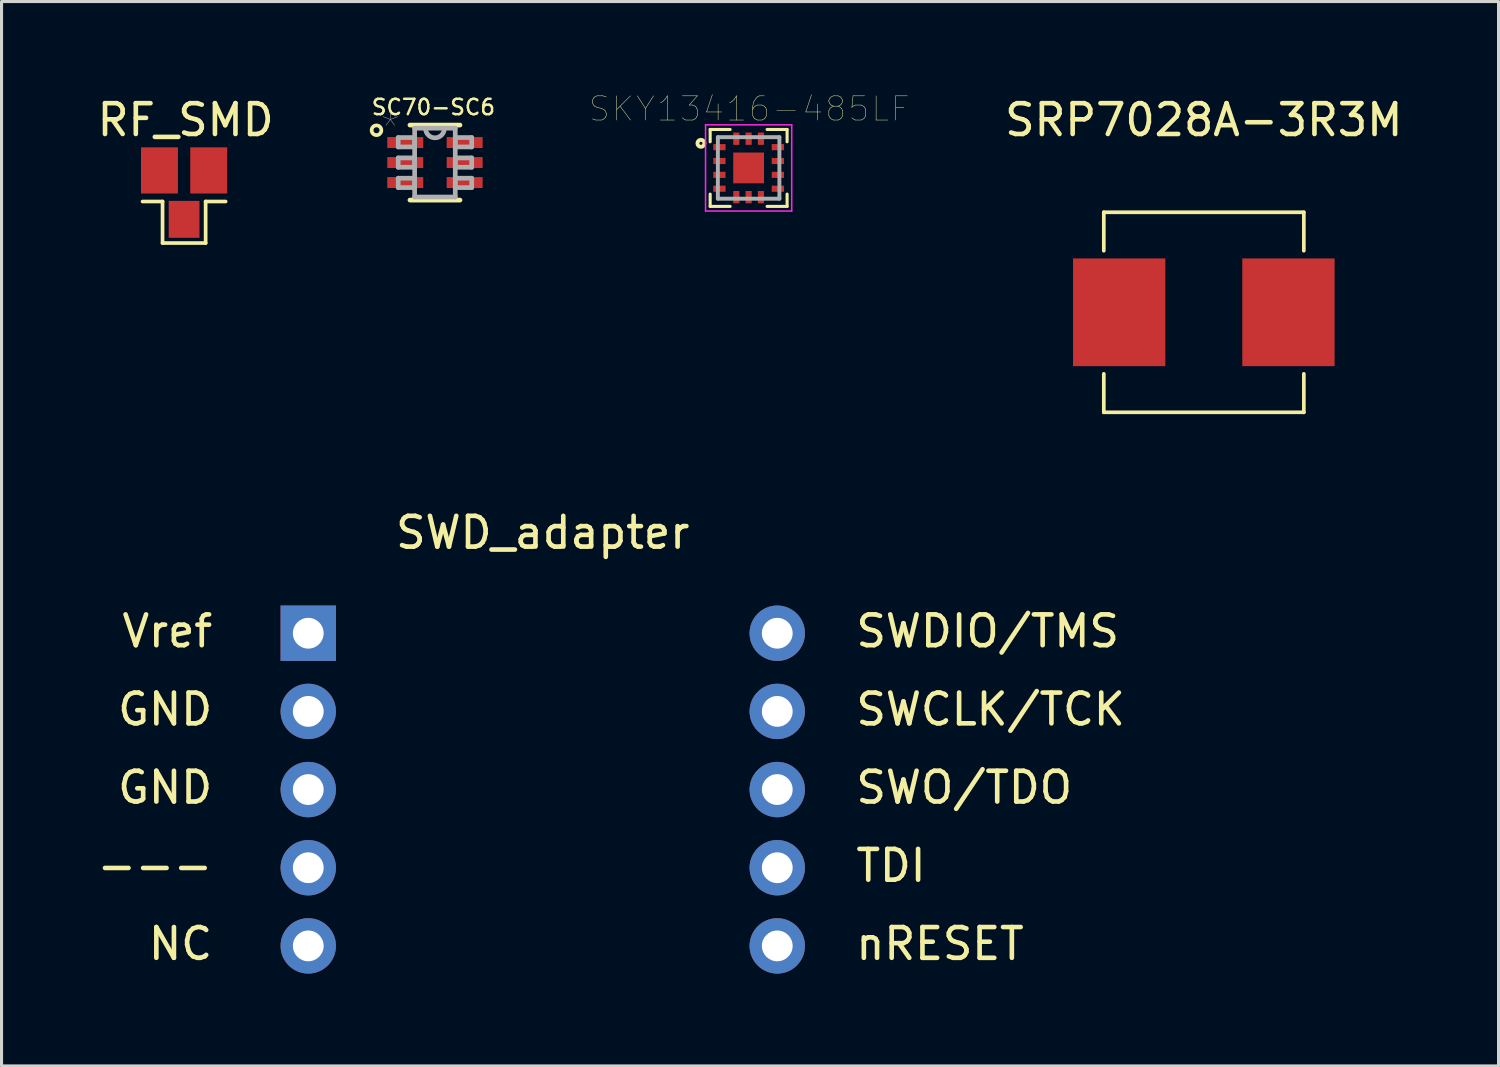
<source format=kicad_pcb>
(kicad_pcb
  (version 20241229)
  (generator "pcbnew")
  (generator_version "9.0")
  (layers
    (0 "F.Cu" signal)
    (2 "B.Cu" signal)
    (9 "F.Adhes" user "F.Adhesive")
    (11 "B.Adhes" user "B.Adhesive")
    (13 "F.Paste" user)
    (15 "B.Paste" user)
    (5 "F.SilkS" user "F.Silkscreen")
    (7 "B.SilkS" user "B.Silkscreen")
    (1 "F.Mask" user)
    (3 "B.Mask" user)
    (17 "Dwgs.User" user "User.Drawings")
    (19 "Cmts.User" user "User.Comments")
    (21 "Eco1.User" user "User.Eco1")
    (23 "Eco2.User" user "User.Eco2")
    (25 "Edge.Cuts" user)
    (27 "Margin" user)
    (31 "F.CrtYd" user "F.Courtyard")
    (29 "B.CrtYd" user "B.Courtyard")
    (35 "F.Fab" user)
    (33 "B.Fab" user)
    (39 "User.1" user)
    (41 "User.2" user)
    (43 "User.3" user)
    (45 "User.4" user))
  (footprint "RF_SMD"
    (layer "F.Cu")
    (at 2.932 0.848)
    (property "Reference" "RF_SMD" (at 0.05 0 0) (layer "F.SilkS") (effects (font (size 1 1) (thickness 0.15))))
    (attr through_hole)
    (fp_line (start -0.7 2.65) (end -1.35 2.65) (stroke (width 0.12) (type solid)) (layer "F.SilkS"))
    (fp_line (start -0.7 2.65) (end -0.7 4) (stroke (width 0.12) (type solid)) (layer "F.SilkS"))
    (fp_line (start -0.7 4) (end 0.7 4) (stroke (width 0.12) (type solid)) (layer "F.SilkS"))
    (fp_line (start 0.7 2.65) (end 1.35 2.65) (stroke (width 0.12) (type solid)) (layer "F.SilkS"))
    (fp_line (start 0.7 4) (end 0.7 2.65) (stroke (width 0.12) (type solid)) (layer "F.SilkS"))
    (pad "1" smd rect (at 0 3.23) (size 1 1.2) (layers "F.Cu" "F.Mask" "F.Paste"))
    (pad "2" smd rect (at -0.8 1.64) (size 1.2 1.5) (layers "F.Cu" "F.Mask" "F.Paste"))
    (pad "2" smd rect (at 0.8 1.64) (size 1.2 1.5) (layers "F.Cu" "F.Mask" "F.Paste")))
  (footprint "SKY13416-485LF"
    (layer "F.Cu")
    (at 21.277 2.407)
    (property "Reference" "SKY13416-485LF" (at 0.02 -1.92 0) (layer "F.SilkS") (effects (font (size 0.787 0.787) (thickness 0.015))))
    (attr through_hole)
    (fp_line (start -1.25 -1.25) (end -0.6 -1.25) (stroke (width 0.1) (type solid)) (layer "F.SilkS"))
    (fp_line (start -1.25 -0.85) (end -1.25 -1.25) (stroke (width 0.1) (type solid)) (layer "F.SilkS"))
    (fp_line (start -1.25 1.25) (end -1.25 0.85) (stroke (width 0.1) (type solid)) (layer "F.SilkS"))
    (fp_line (start -0.6 1.25) (end -1.25 1.25) (stroke (width 0.1) (type solid)) (layer "F.SilkS"))
    (fp_line (start 0.6 -1.25) (end 1.25 -1.25) (stroke (width 0.1) (type solid)) (layer "F.SilkS"))
    (fp_line (start 1.25 -1.25) (end 1.25 -0.85) (stroke (width 0.1) (type solid)) (layer "F.SilkS"))
    (fp_line (start 1.25 0.85) (end 1.25 1.25) (stroke (width 0.1) (type solid)) (layer "F.SilkS"))
    (fp_line (start 1.25 1.25) (end 0.6 1.25) (stroke (width 0.1) (type solid)) (layer "F.SilkS"))
    (fp_circle (center -1.55 -0.8) (end -1.5 -0.8) (stroke (width 0.127) (type solid)) (fill no) (layer "F.SilkS"))
    (fp_line (start -1.4 -1.4) (end 1.4 -1.4) (stroke (width 0.05) (type solid)) (layer "F.CrtYd"))
    (fp_line (start -1.4 1.4) (end -1.4 -1.4) (stroke (width 0.05) (type solid)) (layer "F.CrtYd"))
    (fp_line (start 1.4 -1.4) (end 1.4 1.4) (stroke (width 0.05) (type solid)) (layer "F.CrtYd"))
    (fp_line (start 1.4 1.4) (end -1.4 1.4) (stroke (width 0.05) (type solid)) (layer "F.CrtYd"))
    (fp_line (start -1 -1) (end 1 -1) (stroke (width 0.127) (type solid)) (layer "F.Fab"))
    (fp_line (start -1 1) (end -1 -1) (stroke (width 0.127) (type solid)) (layer "F.Fab"))
    (fp_line (start 1 -1) (end 1 1) (stroke (width 0.127) (type solid)) (layer "F.Fab"))
    (fp_line (start 1 1) (end -1 1) (stroke (width 0.127) (type solid)) (layer "F.Fab"))
    (pad "1" smd rect (at -0.95 -0.675) (size 0.4 0.2) (layers "F.Cu" "F.Mask" "F.Paste"))
    (pad "2" smd rect (at -0.95 -0.225) (size 0.4 0.2) (layers "F.Cu" "F.Mask" "F.Paste"))
    (pad "3" smd rect (at -0.95 0.225) (size 0.4 0.2) (layers "F.Cu" "F.Mask" "F.Paste"))
    (pad "4" smd rect (at -0.95 0.675 90) (size 0.2 0.4) (layers "F.Cu" "F.Mask" "F.Paste"))
    (pad "5" smd rect (at -0.4 0.95) (size 0.2 0.4) (layers "F.Cu" "F.Mask" "F.Paste"))
    (pad "6" smd rect (at 0 0.95) (size 0.2 0.4) (layers "F.Cu" "F.Mask" "F.Paste"))
    (pad "7" smd rect (at 0.4 0.95) (size 0.2 0.4) (layers "F.Cu" "F.Mask" "F.Paste"))
    (pad "8" smd rect (at 0.95 0.675) (size 0.4 0.2) (layers "F.Cu" "F.Mask" "F.Paste"))
    (pad "9" smd rect (at 0.95 0.225) (size 0.4 0.2) (layers "F.Cu" "F.Mask" "F.Paste"))
    (pad "10" smd rect (at 0.95 -0.225) (size 0.4 0.2) (layers "F.Cu" "F.Mask" "F.Paste"))
    (pad "11" smd rect (at 0.95 -0.675 90) (size 0.2 0.4) (layers "F.Cu" "F.Mask" "F.Paste"))
    (pad "12" smd rect (at 0.4 -0.95) (size 0.2 0.4) (layers "F.Cu" "F.Mask" "F.Paste"))
    (pad "13" smd rect (at 0 -0.95) (size 0.2 0.4) (layers "F.Cu" "F.Mask" "F.Paste"))
    (pad "14" smd rect (at -0.4 -0.95) (size 0.2 0.4) (layers "F.Cu" "F.Mask" "F.Paste"))
    (pad "15" smd rect (at 0 0) (size 1 1) (layers "F.Cu" "F.Mask" "F.Paste")))
  (footprint "SWD_adapter"
    (layer "F.Cu")
    (at 14.587 15.527)
    (property "Reference" "SWD_adapter" (at 0 -1.27 0) (layer "F.SilkS") (effects (font (size 1 1) (thickness 0.15))))
    (attr through_hole)
    (fp_text user "SWO/TDO" (at 13.696 7.013 0) (layer "F.SilkS") (effects (font (size 1 1) (thickness 0.15))))
    (fp_text user "GND" (at -12.271 4.473 0) (layer "F.SilkS") (effects (font (size 1 1) (thickness 0.15))))
    (fp_text user "SWDIO/TMS" (at 14.458 1.933 0) (layer "F.SilkS") (effects (font (size 1 1) (thickness 0.15))))
    (fp_text user "nRESET" (at 12.91 12.092 0) (layer "F.SilkS") (effects (font (size 1 1) (thickness 0.15))))
    (fp_text user "Vref" (at -12.2 1.933 0) (layer "F.SilkS") (effects (font (size 1 1) (thickness 0.15))))
    (fp_text user "GND" (at -12.271 7.013 0) (layer "F.SilkS") (effects (font (size 1 1) (thickness 0.15))))
    (fp_text user "NC" (at -11.771 12.092 0) (layer "F.SilkS") (effects (font (size 1 1) (thickness 0.15))))
    (fp_text user "SWCLK/TCK" (at 14.553 4.473 0) (layer "F.SilkS") (effects (font (size 1 1) (thickness 0.15))))
    (fp_text user "---" (at -12.605 9.553 0) (layer "F.SilkS") (effects (font (size 1 1) (thickness 0.15))))
    (fp_text user "TDI" (at 11.315 9.553 0) (layer "F.SilkS") (effects (font (size 1 1) (thickness 0.15))))
    (pad "1" thru_hole rect (at -7.62 2) (size 1.8 1.8) (drill 1) (layers "*.Cu" "*.Mask"))
    (pad "2" thru_hole circle (at -7.62 4.54) (size 1.8 1.8) (drill 1) (layers "*.Cu" "*.Mask"))
    (pad "3" thru_hole circle (at -7.62 7.08) (size 1.8 1.8) (drill 1) (layers "*.Cu" "*.Mask"))
    (pad "4" thru_hole circle (at -7.62 9.62) (size 1.8 1.8) (drill 1) (layers "*.Cu" "*.Mask"))
    (pad "5" thru_hole circle (at -7.62 12.16) (size 1.8 1.8) (drill 1) (layers "*.Cu" "*.Mask"))
    (pad "6" thru_hole circle (at 7.62 12.16) (size 1.8 1.8) (drill 1) (layers "*.Cu" "*.Mask"))
    (pad "7" thru_hole circle (at 7.62 9.62) (size 1.8 1.8) (drill 1) (layers "*.Cu" "*.Mask"))
    (pad "8" thru_hole circle (at 7.62 7.08) (size 1.8 1.8) (drill 1) (layers "*.Cu" "*.Mask"))
    (pad "9" thru_hole circle (at 7.62 4.54) (size 1.8 1.8) (drill 1) (layers "*.Cu" "*.Mask"))
    (pad "10" thru_hole circle (at 7.62 2) (size 1.8 1.8) (drill 1) (layers "*.Cu" "*.Mask")))
  (footprint "SRP7028A-3R3M"
    (layer "F.Cu")
    (at 36.068 7.098)
    (property "Reference" "SRP7028A-3R3M" (at 0 -6.25 0) (unlocked yes) (layer "F.SilkS") (effects (font (size 1 1) (thickness 0.15))))
    (attr smd)
    (fp_line (start -3.25 -3.25) (end 3.25 -3.25) (stroke (width 0.12) (type solid)) (layer "F.SilkS"))
    (fp_line (start -3.25 -2) (end -3.25 -3.25) (stroke (width 0.12) (type solid)) (layer "F.SilkS"))
    (fp_line (start -3.25 2) (end -3.25 3.25) (stroke (width 0.12) (type solid)) (layer "F.SilkS"))
    (fp_line (start -3.25 3.25) (end 3.25 3.25) (stroke (width 0.12) (type solid)) (layer "F.SilkS"))
    (fp_line (start 3.25 -3.25) (end 3.25 -2) (stroke (width 0.12) (type solid)) (layer "F.SilkS"))
    (fp_line (start 3.25 3.25) (end 3.25 2) (stroke (width 0.12) (type solid)) (layer "F.SilkS"))
    (pad "1" smd rect (at -2.75 0) (size 3 3.5) (layers "F.Cu" "F.Mask" "F.Paste"))
    (pad "2" smd rect (at 2.75 0) (size 3 3.5) (layers "F.Cu" "F.Mask" "F.Paste")))
  (footprint "SC70-SC6"
    (layer "F.Cu")
    (at 11.084 2.233)
    (property "Reference" "SC70-SC6" (at -0.05 -1.8 0) (layer "F.SilkS") (effects (font (size 0.5 0.5) (thickness 0.08))))
    (attr through_hole)
    (fp_line (start -0.813 1.219) (end 0.813 1.219) (stroke (width 0.152) (type solid)) (layer "F.SilkS"))
    (fp_line (start 0.813 -1.219) (end -0.813 -1.219) (stroke (width 0.152) (type solid)) (layer "F.SilkS"))
    (fp_circle (center -1.9 -1.05) (end -1.85 -1.2) (stroke (width 0.12) (type solid)) (fill no) (layer "F.SilkS"))
    (fp_line (start -1.194 -0.813) (end -1.194 -0.508) (stroke (width 0.152) (type solid)) (layer "F.Fab"))
    (fp_line (start -1.194 -0.508) (end -0.66 -0.508) (stroke (width 0.152) (type solid)) (layer "F.Fab"))
    (fp_line (start -1.194 -0.152) (end -1.194 0.152) (stroke (width 0.152) (type solid)) (layer "F.Fab"))
    (fp_line (start -1.194 0.152) (end -0.66 0.152) (stroke (width 0.152) (type solid)) (layer "F.Fab"))
    (fp_line (start -1.194 0.508) (end -1.194 0.813) (stroke (width 0.152) (type solid)) (layer "F.Fab"))
    (fp_line (start -1.194 0.813) (end -0.66 0.813) (stroke (width 0.152) (type solid)) (layer "F.Fab"))
    (fp_line (start -0.66 -1.118) (end -0.66 1.118) (stroke (width 0.152) (type solid)) (layer "F.Fab"))
    (fp_line (start -0.66 -0.813) (end -1.194 -0.813) (stroke (width 0.152) (type solid)) (layer "F.Fab"))
    (fp_line (start -0.66 -0.508) (end -0.66 -0.813) (stroke (width 0.152) (type solid)) (layer "F.Fab"))
    (fp_line (start -0.66 -0.152) (end -1.194 -0.152) (stroke (width 0.152) (type solid)) (layer "F.Fab"))
    (fp_line (start -0.66 0.152) (end -0.66 -0.152) (stroke (width 0.152) (type solid)) (layer "F.Fab"))
    (fp_line (start -0.66 0.508) (end -1.194 0.508) (stroke (width 0.152) (type solid)) (layer "F.Fab"))
    (fp_line (start -0.66 0.813) (end -0.66 0.508) (stroke (width 0.152) (type solid)) (layer "F.Fab"))
    (fp_line (start -0.66 1.118) (end 0.66 1.118) (stroke (width 0.152) (type solid)) (layer "F.Fab"))
    (fp_line (start 0.305 -1.118) (end -0.66 -1.118) (stroke (width 0.152) (type solid)) (layer "F.Fab"))
    (fp_line (start 0.66 -1.118) (end 0.305 -1.118) (stroke (width 0.152) (type solid)) (layer "F.Fab"))
    (fp_line (start 0.66 -0.813) (end 0.66 -0.508) (stroke (width 0.152) (type solid)) (layer "F.Fab"))
    (fp_line (start 0.66 -0.508) (end 1.194 -0.508) (stroke (width 0.152) (type solid)) (layer "F.Fab"))
    (fp_line (start 0.66 -0.152) (end 0.66 0.152) (stroke (width 0.152) (type solid)) (layer "F.Fab"))
    (fp_line (start 0.66 0.152) (end 1.194 0.152) (stroke (width 0.152) (type solid)) (layer "F.Fab"))
    (fp_line (start 0.66 0.508) (end 0.66 0.813) (stroke (width 0.152) (type solid)) (layer "F.Fab"))
    (fp_line (start 0.66 0.813) (end 1.194 0.813) (stroke (width 0.152) (type solid)) (layer "F.Fab"))
    (fp_line (start 0.66 1.118) (end 0.66 -1.118) (stroke (width 0.152) (type solid)) (layer "F.Fab"))
    (fp_line (start 1.194 -0.813) (end 0.66 -0.813) (stroke (width 0.152) (type solid)) (layer "F.Fab"))
    (fp_line (start 1.194 -0.508) (end 1.194 -0.813) (stroke (width 0.152) (type solid)) (layer "F.Fab"))
    (fp_line (start 1.194 -0.152) (end 0.66 -0.152) (stroke (width 0.152) (type solid)) (layer "F.Fab"))
    (fp_line (start 1.194 0.152) (end 1.194 -0.152) (stroke (width 0.152) (type solid)) (layer "F.Fab"))
    (fp_line (start 1.194 0.508) (end 0.66 0.508) (stroke (width 0.152) (type solid)) (layer "F.Fab"))
    (fp_line (start 1.194 0.813) (end 1.194 0.508) (stroke (width 0.152) (type solid)) (layer "F.Fab"))
    (fp_arc (start 0.3048 -1.1176) (mid 0.0127 -0.8001) (end -0.3048 -1.0922) (stroke (width 0.1524) (type solid)) (layer "F.Fab"))
    (fp_text user "*" (at -1.45 -1.1 0) (layer "F.Fab") (effects (font (size 1 1) (thickness 0.015))))
    (pad "1" smd rect (at -0.965 -0.65) (size 1.168 0.356) (layers "F.Cu" "F.Mask" "F.Paste"))
    (pad "2" smd rect (at -0.965 0) (size 1.168 0.356) (layers "F.Cu" "F.Mask" "F.Paste"))
    (pad "3" smd rect (at -0.965 0.65) (size 1.168 0.356) (layers "F.Cu" "F.Mask" "F.Paste"))
    (pad "4" smd rect (at 0.965 0.65) (size 1.168 0.356) (layers "F.Cu" "F.Mask" "F.Paste"))
    (pad "5" smd rect (at 0.965 0) (size 1.168 0.356) (layers "F.Cu" "F.Mask" "F.Paste"))
    (pad "6" smd rect (at 0.965 -0.65) (size 1.168 0.356) (layers "F.Cu" "F.Mask" "F.Paste")))
  (gr_rect
    (start -3 -3)
    (end 45.645 31.587)
    (stroke (width 0.1) (type default))
    (fill no)
    (layer "Edge.Cuts")))
</source>
